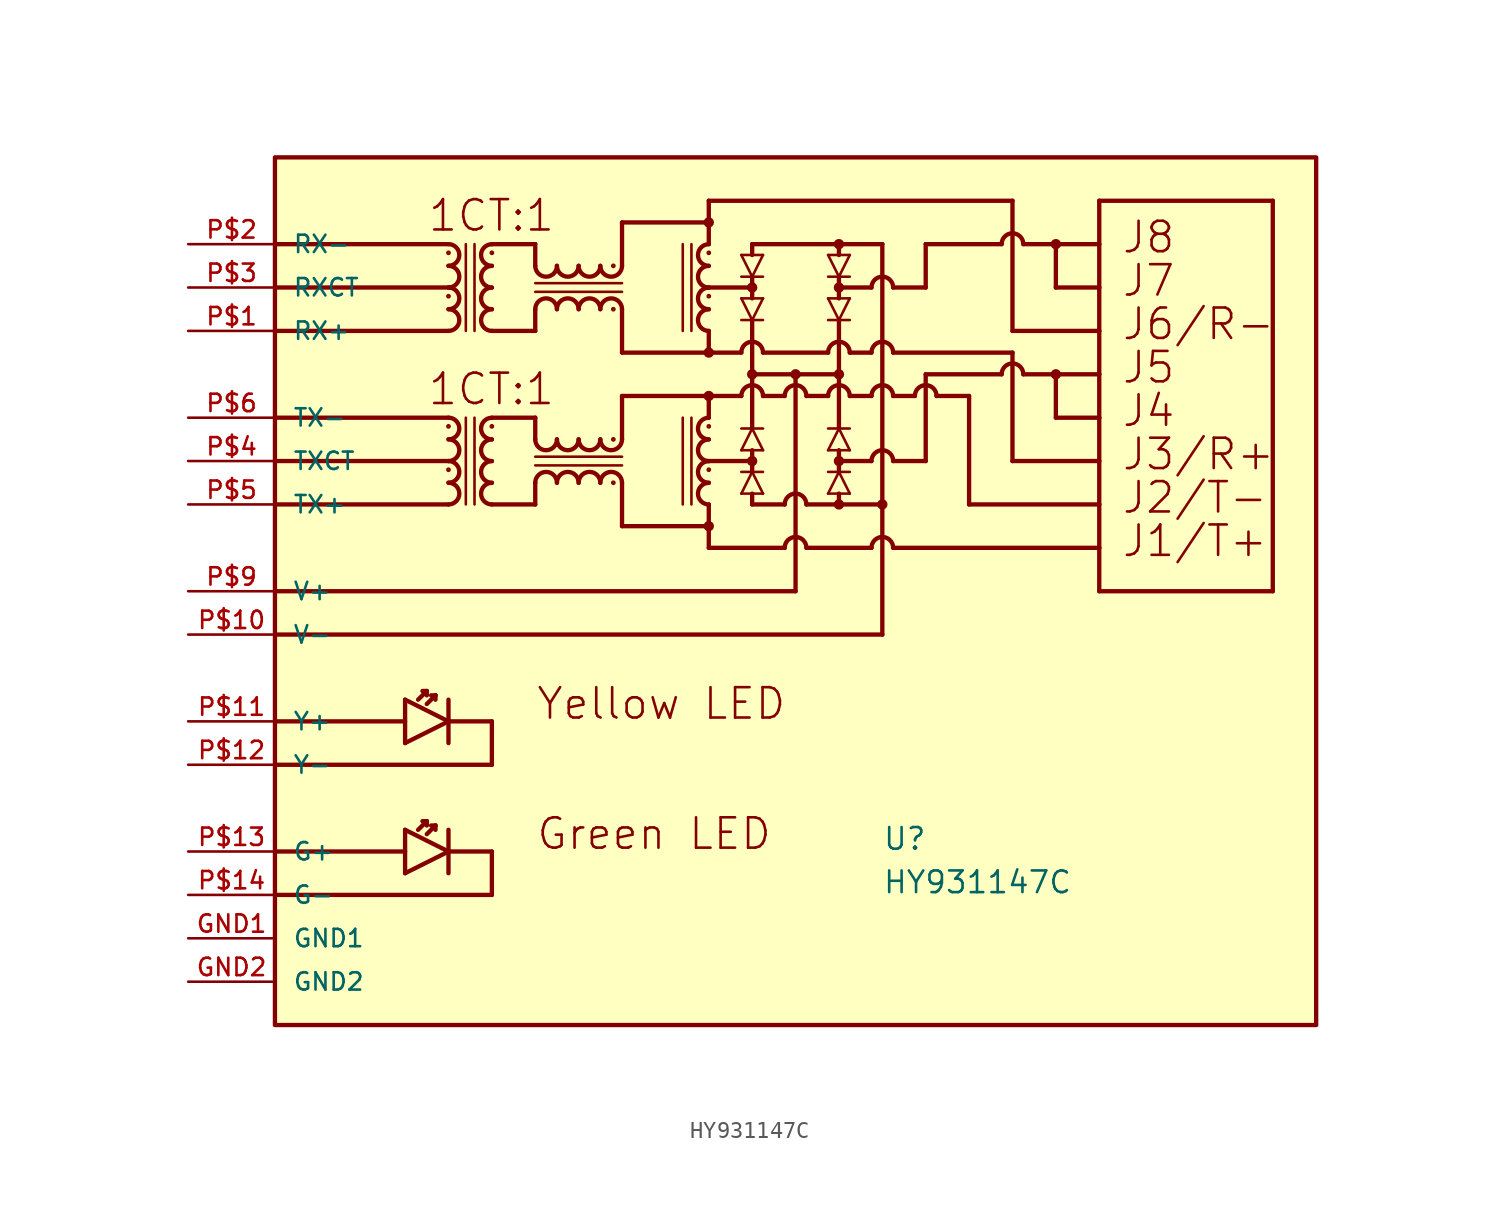
<source format=kicad_sym>
(kicad_symbol_lib
  (version 20211014)
  (generator kicad_symbol_editor)
  (symbol "HY931147C"
    (pin_names
      (offset 1.016))
    (property "Reference" "U"
      (at 7.62 -17.78 0)
      (effects (font (size 1.27 1.27)) (justify bottom left)))
    (property "Value" "HY931147C"
      (at 7.62 -20.32 0)
      (effects (font (size 1.27 1.27)) (justify bottom left)))
    (symbol "HY931147C_0_0"
      (polyline (pts (xy -27.94 -17.78) (xy -20.32 -17.78)) (stroke (width 0.254)))
      (polyline (pts (xy -20.32 -16.51) (xy -20.32 -19.05)) (stroke (width 0.254)))
      (polyline (pts (xy -20.32 -19.05) (xy -17.78 -17.78)) (stroke (width 0.254)))
      (polyline (pts (xy -17.78 -17.78) (xy -20.32 -16.51)) (stroke (width 0.254)))
      (polyline (pts (xy -17.78 -16.51) (xy -17.78 -17.78)) (stroke (width 0.254)))
      (polyline (pts (xy -17.78 -17.78) (xy -17.78 -19.05)) (stroke (width 0.254)))
      (polyline (pts (xy -27.94 -20.32) (xy -15.24 -20.32)) (stroke (width 0.254)))
      (polyline (pts (xy -15.24 -20.32) (xy -15.24 -17.78)) (stroke (width 0.254)))
      (polyline (pts (xy -15.24 -17.78) (xy -17.78 -17.78)) (stroke (width 0.254)))
      (polyline (pts (xy -19.05 -16.764) (xy -18.542 -16.256)) (stroke (width 0.254)))
      (polyline (pts (xy -18.796 -16.256) (xy -18.542 -16.256)) (stroke (width 0.254)))
      (polyline (pts (xy -18.542 -16.256) (xy -18.542 -16.51)) (stroke (width 0.254)))
      (polyline (pts (xy -19.558 -16.51) (xy -19.05 -16.002)) (stroke (width 0.254)))
      (polyline (pts (xy -19.05 -16.256) (xy -19.05 -16.002)) (stroke (width 0.254)))
      (polyline (pts (xy -19.05 -16.002) (xy -19.304 -16.002)) (stroke (width 0.254)))
      (polyline (pts (xy -27.94 -10.16) (xy -20.32 -10.16)) (stroke (width 0.254)))
      (polyline (pts (xy -20.32 -8.89) (xy -20.32 -11.43)) (stroke (width 0.254)))
      (polyline (pts (xy -20.32 -11.43) (xy -17.78 -10.16)) (stroke (width 0.254)))
      (polyline (pts (xy -17.78 -10.16) (xy -20.32 -8.89)) (stroke (width 0.254)))
      (polyline (pts (xy -17.78 -8.89) (xy -17.78 -10.16)) (stroke (width 0.254)))
      (polyline (pts (xy -17.78 -10.16) (xy -17.78 -11.43)) (stroke (width 0.254)))
      (polyline (pts (xy -27.94 -12.7) (xy -15.24 -12.7)) (stroke (width 0.254)))
      (polyline (pts (xy -15.24 -12.7) (xy -15.24 -10.16)) (stroke (width 0.254)))
      (polyline (pts (xy -15.24 -10.16) (xy -17.78 -10.16)) (stroke (width 0.254)))
      (polyline (pts (xy -19.05 -9.144) (xy -18.542 -8.636)) (stroke (width 0.254)))
      (polyline (pts (xy -18.796 -8.636) (xy -18.542 -8.636)) (stroke (width 0.254)))
      (polyline (pts (xy -18.542 -8.636) (xy -18.542 -8.89)) (stroke (width 0.254)))
      (polyline (pts (xy -19.558 -8.89) (xy -19.05 -8.382)) (stroke (width 0.254)))
      (polyline (pts (xy -19.05 -8.636) (xy -19.05 -8.382)) (stroke (width 0.254)))
      (polyline (pts (xy -19.05 -8.382) (xy -19.304 -8.382)) (stroke (width 0.254)))
      (polyline (pts (xy 0.635 14.605) (xy 0.0 14.605)) (stroke (width 0.152)))
      (polyline (pts (xy 0.0 14.605) (xy -0.635 14.605)) (stroke (width 0.152)))
      (polyline (pts (xy -0.635 14.605) (xy 0.0 13.335)) (stroke (width 0.152)))
      (polyline (pts (xy 0.0 13.335) (xy 0.635 14.605)) (stroke (width 0.152)))
      (polyline (pts (xy 0.635 13.335) (xy 0.0 13.335)) (stroke (width 0.152)))
      (polyline (pts (xy 0.0 13.335) (xy -0.635 13.335)) (stroke (width 0.152)))
      (polyline (pts (xy 5.715 14.605) (xy 5.08 14.605)) (stroke (width 0.152)))
      (polyline (pts (xy 5.08 14.605) (xy 4.445 14.605)) (stroke (width 0.152)))
      (polyline (pts (xy 4.445 14.605) (xy 5.08 13.335)) (stroke (width 0.152)))
      (polyline (pts (xy 5.08 13.335) (xy 5.715 14.605)) (stroke (width 0.152)))
      (polyline (pts (xy 5.715 13.335) (xy 5.08 13.335)) (stroke (width 0.152)))
      (polyline (pts (xy 5.08 13.335) (xy 4.445 13.335)) (stroke (width 0.152)))
      (polyline (pts (xy 0.635 17.145) (xy 0.0 17.145)) (stroke (width 0.152)))
      (polyline (pts (xy 0.0 17.145) (xy -0.635 17.145)) (stroke (width 0.152)))
      (polyline (pts (xy -0.635 17.145) (xy 0.0 15.875)) (stroke (width 0.152)))
      (polyline (pts (xy 0.0 15.875) (xy 0.635 17.145)) (stroke (width 0.152)))
      (polyline (pts (xy 0.635 15.875) (xy 0.0 15.875)) (stroke (width 0.152)))
      (polyline (pts (xy 0.0 15.875) (xy -0.635 15.875)) (stroke (width 0.152)))
      (polyline (pts (xy 0.0 15.875) (xy 0.0 15.24)) (stroke (width 0.254)))
      (polyline (pts (xy 0.0 15.24) (xy 0.0 14.605)) (stroke (width 0.254)))
      (polyline (pts (xy 0.0 17.145) (xy 0.0 17.78)) (stroke (width 0.254)))
      (polyline (pts (xy 5.715 17.145) (xy 5.08 17.145)) (stroke (width 0.152)))
      (polyline (pts (xy 5.08 17.145) (xy 4.445 17.145)) (stroke (width 0.152)))
      (polyline (pts (xy 4.445 17.145) (xy 5.08 15.875)) (stroke (width 0.152)))
      (polyline (pts (xy 5.08 15.875) (xy 5.715 17.145)) (stroke (width 0.152)))
      (polyline (pts (xy 5.715 15.875) (xy 5.08 15.875)) (stroke (width 0.152)))
      (polyline (pts (xy 5.08 15.875) (xy 4.445 15.875)) (stroke (width 0.152)))
      (polyline (pts (xy 5.08 15.875) (xy 5.08 15.24)) (stroke (width 0.254)))
      (polyline (pts (xy 5.08 15.24) (xy 5.08 14.605)) (stroke (width 0.254)))
      (polyline (pts (xy 5.08 17.145) (xy 5.08 17.78)) (stroke (width 0.254)))
      (polyline (pts (xy 4.445 5.715) (xy 5.08 5.715)) (stroke (width 0.152)))
      (polyline (pts (xy 5.08 5.715) (xy 5.715 5.715)) (stroke (width 0.152)))
      (polyline (pts (xy 5.715 5.715) (xy 5.08 6.985)) (stroke (width 0.152)))
      (polyline (pts (xy 5.08 6.985) (xy 4.445 5.715)) (stroke (width 0.152)))
      (polyline (pts (xy 4.445 6.985) (xy 5.08 6.985)) (stroke (width 0.152)))
      (polyline (pts (xy 5.08 6.985) (xy 5.715 6.985)) (stroke (width 0.152)))
      (polyline (pts (xy -0.635 5.715) (xy 0.0 5.715)) (stroke (width 0.152)))
      (polyline (pts (xy 0.0 5.715) (xy 0.635 5.715)) (stroke (width 0.152)))
      (polyline (pts (xy 0.635 5.715) (xy 0.0 6.985)) (stroke (width 0.152)))
      (polyline (pts (xy 0.0 6.985) (xy -0.635 5.715)) (stroke (width 0.152)))
      (polyline (pts (xy -0.635 6.985) (xy 0.0 6.985)) (stroke (width 0.152)))
      (polyline (pts (xy 0.0 6.985) (xy 0.635 6.985)) (stroke (width 0.152)))
      (polyline (pts (xy 4.445 3.175) (xy 5.08 3.175)) (stroke (width 0.152)))
      (polyline (pts (xy 5.08 3.175) (xy 5.715 3.175)) (stroke (width 0.152)))
      (polyline (pts (xy 5.715 3.175) (xy 5.08 4.445)) (stroke (width 0.152)))
      (polyline (pts (xy 5.08 4.445) (xy 4.445 3.175)) (stroke (width 0.152)))
      (polyline (pts (xy 4.445 4.445) (xy 5.08 4.445)) (stroke (width 0.152)))
      (polyline (pts (xy 5.08 4.445) (xy 5.715 4.445)) (stroke (width 0.152)))
      (polyline (pts (xy 5.08 4.445) (xy 5.08 5.08)) (stroke (width 0.254)))
      (polyline (pts (xy 5.08 5.08) (xy 5.08 5.715)) (stroke (width 0.254)))
      (polyline (pts (xy 5.08 3.175) (xy 5.08 2.54)) (stroke (width 0.254)))
      (polyline (pts (xy -0.635 3.175) (xy 0.0 3.175)) (stroke (width 0.152)))
      (polyline (pts (xy 0.0 3.175) (xy 0.635 3.175)) (stroke (width 0.152)))
      (polyline (pts (xy 0.635 3.175) (xy 0.0 4.445)) (stroke (width 0.152)))
      (polyline (pts (xy 0.0 4.445) (xy -0.635 3.175)) (stroke (width 0.152)))
      (polyline (pts (xy -0.635 4.445) (xy 0.0 4.445)) (stroke (width 0.152)))
      (polyline (pts (xy 0.0 4.445) (xy 0.635 4.445)) (stroke (width 0.152)))
      (polyline (pts (xy 0.0 4.445) (xy 0.0 5.08)) (stroke (width 0.254)))
      (polyline (pts (xy 0.0 5.08) (xy 0.0 5.715)) (stroke (width 0.254)))
      (polyline (pts (xy 0.0 3.175) (xy 0.0 2.54)) (stroke (width 0.254)))
      (polyline (pts (xy 0.0 13.335) (xy 0.0 10.16)) (stroke (width 0.254)))
      (polyline (pts (xy 0.0 10.16) (xy 0.0 6.985)) (stroke (width 0.254)))
      (polyline (pts (xy 5.08 13.335) (xy 5.08 10.16)) (stroke (width 0.254)))
      (polyline (pts (xy 5.08 10.16) (xy 5.08 6.985)) (stroke (width 0.254)))
      (polyline (pts (xy 0.0 10.16) (xy 2.54 10.16)) (stroke (width 0.254)))
      (polyline (pts (xy 2.54 10.16) (xy 5.08 10.16)) (stroke (width 0.254)))
      (polyline (pts (xy 0.0 17.78) (xy 5.08 17.78)) (stroke (width 0.254)))
      (polyline (pts (xy 0.0 2.54) (xy 1.905 2.54)) (stroke (width 0.254)))
      (polyline (pts (xy 20.32 20.32) (xy 20.32 17.78)) (stroke (width 0.254)))
      (polyline (pts (xy 20.32 17.78) (xy 20.32 15.24)) (stroke (width 0.254)))
      (polyline (pts (xy 20.32 15.24) (xy 20.32 12.7)) (stroke (width 0.254)))
      (polyline (pts (xy 20.32 12.7) (xy 20.32 10.16)) (stroke (width 0.254)))
      (polyline (pts (xy 20.32 10.16) (xy 20.32 7.62)) (stroke (width 0.254)))
      (polyline (pts (xy 20.32 7.62) (xy 20.32 5.08)) (stroke (width 0.254)))
      (polyline (pts (xy 20.32 5.08) (xy 20.32 2.54)) (stroke (width 0.254)))
      (polyline (pts (xy 20.32 2.54) (xy 20.32 0.0)) (stroke (width 0.254)))
      (polyline (pts (xy 20.32 0.0) (xy 20.32 -2.54)) (stroke (width 0.254)))
      (polyline (pts (xy 20.32 -2.54) (xy 30.48 -2.54)) (stroke (width 0.254)))
      (polyline (pts (xy 30.48 -2.54) (xy 30.48 20.32)) (stroke (width 0.254)))
      (polyline (pts (xy 30.48 20.32) (xy 20.32 20.32)) (stroke (width 0.254)))
      (polyline (pts (xy 20.32 7.62) (xy 17.78 7.62)) (stroke (width 0.254)))
      (polyline (pts (xy 17.78 7.62) (xy 17.78 10.16)) (stroke (width 0.254)))
      (polyline (pts (xy 17.78 10.16) (xy 20.32 10.16)) (stroke (width 0.254)))
      (polyline (pts (xy 20.32 17.78) (xy 17.78 17.78)) (stroke (width 0.254)))
      (polyline (pts (xy 17.78 17.78) (xy 17.78 15.24)) (stroke (width 0.254)))
      (polyline (pts (xy 17.78 15.24) (xy 20.32 15.24)) (stroke (width 0.254)))
      (polyline (pts (xy 0.0 15.24) (xy -2.54 15.24)) (stroke (width 0.254)))
      (polyline (pts (xy 0.0 5.08) (xy -2.54 5.08)) (stroke (width 0.254)))
      (arc (start -2.54 13.97) (mid -3.175 13.335) (end -2.54 12.7) (stroke (width 0.254) (type default) (color 0 0 0 0)) (fill (type none)))
      (arc (start -2.54 15.24) (mid -3.175 14.605) (end -2.54 13.97) (stroke (width 0.254) (type default) (color 0 0 0 0)) (fill (type none)))
      (arc (start -2.54 16.51) (mid -3.175 15.875) (end -2.54 15.24) (stroke (width 0.254) (type default) (color 0 0 0 0)) (fill (type none)))
      (arc (start -2.54 17.78) (mid -3.175 17.145) (end -2.54 16.51) (stroke (width 0.254) (type default) (color 0 0 0 0)) (fill (type none)))
      (polyline (pts (xy -3.556 17.78) (xy -3.556 12.7)) (stroke (width 0.152)))
      (polyline (pts (xy -4.064 17.78) (xy -4.064 12.7)) (stroke (width 0.152)))
      (arc (start -2.54 3.81) (mid -3.175 3.175) (end -2.54 2.54) (stroke (width 0.254) (type default) (color 0 0 0 0)) (fill (type none)))
      (arc (start -2.54 5.08) (mid -3.175 4.445) (end -2.54 3.81) (stroke (width 0.254) (type default) (color 0 0 0 0)) (fill (type none)))
      (arc (start -2.54 6.35) (mid -3.175 5.715) (end -2.54 5.08) (stroke (width 0.254) (type default) (color 0 0 0 0)) (fill (type none)))
      (arc (start -2.54 7.62) (mid -3.175 6.985) (end -2.54 6.35) (stroke (width 0.254) (type default) (color 0 0 0 0)) (fill (type none)))
      (polyline (pts (xy -3.556 7.62) (xy -3.556 2.54)) (stroke (width 0.152)))
      (polyline (pts (xy -4.064 7.62) (xy -4.064 2.54)) (stroke (width 0.152)))
      (polyline (pts (xy -27.94 5.08) (xy -17.78 5.08)) (stroke (width 0.254)))
      (arc (start -17.78 6.35) (mid -17.145 6.985) (end -17.78 7.62) (stroke (width 0.254) (type default) (color 0 0 0 0)) (fill (type none)))
      (arc (start -17.78 5.08) (mid -17.145 5.715) (end -17.78 6.35) (stroke (width 0.254) (type default) (color 0 0 0 0)) (fill (type none)))
      (arc (start -17.78 3.81) (mid -17.145 4.445) (end -17.78 5.08) (stroke (width 0.254) (type default) (color 0 0 0 0)) (fill (type none)))
      (arc (start -17.78 2.54) (mid -17.145 3.175) (end -17.78 3.81) (stroke (width 0.254) (type default) (color 0 0 0 0)) (fill (type none)))
      (polyline (pts (xy -16.764 2.54) (xy -16.764 7.62)) (stroke (width 0.152)))
      (polyline (pts (xy -16.256 2.54) (xy -16.256 7.62)) (stroke (width 0.152)))
      (arc (start -15.24 3.81) (mid -15.875 3.175) (end -15.24 2.54) (stroke (width 0.254) (type default) (color 0 0 0 0)) (fill (type none)))
      (arc (start -15.24 5.08) (mid -15.875 4.445) (end -15.24 3.81) (stroke (width 0.254) (type default) (color 0 0 0 0)) (fill (type none)))
      (arc (start -15.24 6.35) (mid -15.875 5.715) (end -15.24 5.08) (stroke (width 0.254) (type default) (color 0 0 0 0)) (fill (type none)))
      (arc (start -15.24 7.62) (mid -15.875 6.985) (end -15.24 6.35) (stroke (width 0.254) (type default) (color 0 0 0 0)) (fill (type none)))
      (arc (start -8.89 6.35) (mid -8.255 5.715) (end -7.62 6.35) (stroke (width 0.254) (type default) (color 0 0 0 0)) (fill (type none)))
      (arc (start -10.16 6.35) (mid -9.525 5.715) (end -8.89 6.35) (stroke (width 0.254) (type default) (color 0 0 0 0)) (fill (type none)))
      (arc (start -11.43 6.35) (mid -10.795 5.715) (end -10.16 6.35) (stroke (width 0.254) (type default) (color 0 0 0 0)) (fill (type none)))
      (arc (start -12.7 6.35) (mid -12.065 5.715) (end -11.43 6.35) (stroke (width 0.254) (type default) (color 0 0 0 0)) (fill (type none)))
      (polyline (pts (xy -12.7 5.334) (xy -7.62 5.334)) (stroke (width 0.152)))
      (polyline (pts (xy -12.7 4.826) (xy -7.62 4.826)) (stroke (width 0.152)))
      (arc (start -11.43 3.81) (mid -12.065 4.445) (end -12.7 3.81) (stroke (width 0.254) (type default) (color 0 0 0 0)) (fill (type none)))
      (arc (start -10.16 3.81) (mid -10.795 4.445) (end -11.43 3.81) (stroke (width 0.254) (type default) (color 0 0 0 0)) (fill (type none)))
      (arc (start -8.89 3.81) (mid -9.525 4.445) (end -10.16 3.81) (stroke (width 0.254) (type default) (color 0 0 0 0)) (fill (type none)))
      (arc (start -7.62 3.81) (mid -8.255 4.445) (end -8.89 3.81) (stroke (width 0.254) (type default) (color 0 0 0 0)) (fill (type none)))
      (polyline (pts (xy -15.24 7.62) (xy -12.7 7.62)) (stroke (width 0.254)))
      (polyline (pts (xy -12.7 7.62) (xy -12.7 6.35)) (stroke (width 0.254)))
      (polyline (pts (xy -15.24 2.54) (xy -12.7 2.54)) (stroke (width 0.254)))
      (polyline (pts (xy -12.7 2.54) (xy -12.7 3.81)) (stroke (width 0.254)))
      (polyline (pts (xy -7.62 6.35) (xy -7.62 8.89)) (stroke (width 0.254)))
      (polyline (pts (xy -7.62 8.89) (xy -2.54 8.89)) (stroke (width 0.254)))
      (polyline (pts (xy -2.54 8.89) (xy -2.54 7.62)) (stroke (width 0.254)))
      (polyline (pts (xy -7.62 3.81) (xy -7.62 1.27)) (stroke (width 0.254)))
      (polyline (pts (xy -7.62 1.27) (xy -2.54 1.27)) (stroke (width 0.254)))
      (polyline (pts (xy -2.54 1.27) (xy -2.54 2.54)) (stroke (width 0.254)))
      (polyline (pts (xy -27.94 15.24) (xy -17.78 15.24)) (stroke (width 0.254)))
      (arc (start -17.78 16.51) (mid -17.145 17.145) (end -17.78 17.78) (stroke (width 0.254) (type default) (color 0 0 0 0)) (fill (type none)))
      (arc (start -17.78 15.24) (mid -17.145 15.875) (end -17.78 16.51) (stroke (width 0.254) (type default) (color 0 0 0 0)) (fill (type none)))
      (arc (start -17.78 13.97) (mid -17.145 14.605) (end -17.78 15.24) (stroke (width 0.254) (type default) (color 0 0 0 0)) (fill (type none)))
      (arc (start -17.78 12.7) (mid -17.145 13.335) (end -17.78 13.97) (stroke (width 0.254) (type default) (color 0 0 0 0)) (fill (type none)))
      (polyline (pts (xy -16.764 12.7) (xy -16.764 17.78)) (stroke (width 0.152)))
      (polyline (pts (xy -16.256 12.7) (xy -16.256 17.78)) (stroke (width 0.152)))
      (arc (start -15.24 13.97) (mid -15.875 13.335) (end -15.24 12.7) (stroke (width 0.254) (type default) (color 0 0 0 0)) (fill (type none)))
      (arc (start -15.24 15.24) (mid -15.875 14.605) (end -15.24 13.97) (stroke (width 0.254) (type default) (color 0 0 0 0)) (fill (type none)))
      (arc (start -15.24 16.51) (mid -15.875 15.875) (end -15.24 15.24) (stroke (width 0.254) (type default) (color 0 0 0 0)) (fill (type none)))
      (arc (start -15.24 17.78) (mid -15.875 17.145) (end -15.24 16.51) (stroke (width 0.254) (type default) (color 0 0 0 0)) (fill (type none)))
      (arc (start -8.89 16.51) (mid -8.255 15.875) (end -7.62 16.51) (stroke (width 0.254) (type default) (color 0 0 0 0)) (fill (type none)))
      (arc (start -10.16 16.51) (mid -9.525 15.875) (end -8.89 16.51) (stroke (width 0.254) (type default) (color 0 0 0 0)) (fill (type none)))
      (arc (start -11.43 16.51) (mid -10.795 15.875) (end -10.16 16.51) (stroke (width 0.254) (type default) (color 0 0 0 0)) (fill (type none)))
      (arc (start -12.7 16.51) (mid -12.065 15.875) (end -11.43 16.51) (stroke (width 0.254) (type default) (color 0 0 0 0)) (fill (type none)))
      (polyline (pts (xy -12.7 15.494) (xy -7.62 15.494)) (stroke (width 0.152)))
      (polyline (pts (xy -12.7 14.986) (xy -7.62 14.986)) (stroke (width 0.152)))
      (arc (start -11.43 13.97) (mid -12.065 14.605) (end -12.7 13.97) (stroke (width 0.254) (type default) (color 0 0 0 0)) (fill (type none)))
      (arc (start -10.16 13.97) (mid -10.795 14.605) (end -11.43 13.97) (stroke (width 0.254) (type default) (color 0 0 0 0)) (fill (type none)))
      (arc (start -8.89 13.97) (mid -9.525 14.605) (end -10.16 13.97) (stroke (width 0.254) (type default) (color 0 0 0 0)) (fill (type none)))
      (arc (start -7.62 13.97) (mid -8.255 14.605) (end -8.89 13.97) (stroke (width 0.254) (type default) (color 0 0 0 0)) (fill (type none)))
      (polyline (pts (xy -15.24 17.78) (xy -12.7 17.78)) (stroke (width 0.254)))
      (polyline (pts (xy -12.7 17.78) (xy -12.7 16.51)) (stroke (width 0.254)))
      (polyline (pts (xy -15.24 12.7) (xy -12.7 12.7)) (stroke (width 0.254)))
      (polyline (pts (xy -12.7 12.7) (xy -12.7 13.97)) (stroke (width 0.254)))
      (polyline (pts (xy -7.62 16.51) (xy -7.62 19.05)) (stroke (width 0.254)))
      (polyline (pts (xy -7.62 19.05) (xy -2.54 19.05)) (stroke (width 0.254)))
      (polyline (pts (xy -7.62 13.97) (xy -7.62 11.43)) (stroke (width 0.254)))
      (polyline (pts (xy -7.62 11.43) (xy -2.54 11.43)) (stroke (width 0.254)))
      (polyline (pts (xy -2.54 19.05) (xy -2.54 17.78)) (stroke (width 0.254)))
      (polyline (pts (xy -2.54 12.7) (xy -2.54 11.43)) (stroke (width 0.254)))
      (arc (start 0.635 8.89) (mid -0.0 9.525) (end -0.635 8.89) (stroke (width 0.254) (type default) (color 0 0 0 0)) (fill (type none)))
      (arc (start 3.175 8.89) (mid 2.54 9.525) (end 1.905 8.89) (stroke (width 0.254) (type default) (color 0 0 0 0)) (fill (type none)))
      (arc (start 5.715 8.89) (mid 5.08 9.525) (end 4.445 8.89) (stroke (width 0.254) (type default) (color 0 0 0 0)) (fill (type none)))
      (polyline (pts (xy -2.54 8.89) (xy -0.635 8.89)) (stroke (width 0.254)))
      (polyline (pts (xy 0.635 8.89) (xy 1.905 8.89)) (stroke (width 0.254)))
      (polyline (pts (xy 3.175 8.89) (xy 4.445 8.89)) (stroke (width 0.254)))
      (arc (start 0.635 11.43) (mid -0.0 12.065) (end -0.635 11.43) (stroke (width 0.254) (type default) (color 0 0 0 0)) (fill (type none)))
      (arc (start 5.715 11.43) (mid 5.08 12.065) (end 4.445 11.43) (stroke (width 0.254) (type default) (color 0 0 0 0)) (fill (type none)))
      (arc (start 3.175 2.54) (mid 2.54 3.175) (end 1.905 2.54) (stroke (width 0.254) (type default) (color 0 0 0 0)) (fill (type none)))
      (polyline (pts (xy 3.175 2.54) (xy 5.08 2.54)) (stroke (width 0.254)))
      (polyline (pts (xy 0.635 11.43) (xy 4.445 11.43)) (stroke (width 0.254)))
      (polyline (pts (xy -0.635 11.43) (xy -2.54 11.43)) (stroke (width 0.254)))
      (polyline (pts (xy -17.78 7.62) (xy -27.94 7.62)) (stroke (width 0.254)))
      (polyline (pts (xy -27.94 2.54) (xy -17.78 2.54)) (stroke (width 0.254)))
      (polyline (pts (xy -17.78 12.7) (xy -27.94 12.7)) (stroke (width 0.254)))
      (polyline (pts (xy -27.94 17.78) (xy -17.78 17.78)) (stroke (width 0.254)))
      (polyline (pts (xy -27.94 -2.54) (xy 2.54 -2.54)) (stroke (width 0.254)))
      (polyline (pts (xy 2.54 -2.54) (xy 2.54 10.16)) (stroke (width 0.254)))
      (polyline (pts (xy -27.94 -5.08) (xy 7.62 -5.08)) (stroke (width 0.254)))
      (polyline (pts (xy 7.62 -5.08) (xy 7.62 2.54)) (stroke (width 0.254)))
      (polyline (pts (xy 7.62 2.54) (xy 7.62 17.78)) (stroke (width 0.254)))
      (polyline (pts (xy 5.08 2.54) (xy 7.62 2.54)) (stroke (width 0.254)))
      (polyline (pts (xy -2.54 1.27) (xy -2.54 0.0)) (stroke (width 0.254)))
      (polyline (pts (xy -2.54 0.0) (xy 1.905 0.0)) (stroke (width 0.254)))
      (polyline (pts (xy -2.54 19.05) (xy -2.54 20.32)) (stroke (width 0.254)))
      (polyline (pts (xy -2.54 20.32) (xy 15.24 20.32)) (stroke (width 0.254)))
      (polyline (pts (xy 15.24 20.32) (xy 15.24 12.7)) (stroke (width 0.254)))
      (polyline (pts (xy 15.24 12.7) (xy 20.32 12.7)) (stroke (width 0.254)))
      (polyline (pts (xy 7.62 17.78) (xy 5.08 17.78)) (stroke (width 0.254)))
      (polyline (pts (xy 5.08 15.24) (xy 6.985 15.24)) (stroke (width 0.254)))
      (arc (start 8.255 15.24) (mid 7.62 15.875) (end 6.985 15.24) (stroke (width 0.254) (type default) (color 0 0 0 0)) (fill (type none)))
      (arc (start 8.255 11.43) (mid 7.62 12.065) (end 6.985 11.43) (stroke (width 0.254) (type default) (color 0 0 0 0)) (fill (type none)))
      (arc (start 8.255 8.89) (mid 7.62 9.525) (end 6.985 8.89) (stroke (width 0.254) (type default) (color 0 0 0 0)) (fill (type none)))
      (arc (start 3.175 0.0) (mid 2.54 0.635) (end 1.905 0.0) (stroke (width 0.254) (type default) (color 0 0 0 0)) (fill (type none)))
      (arc (start 8.255 0.0) (mid 7.62 0.635) (end 6.985 0.0) (stroke (width 0.254) (type default) (color 0 0 0 0)) (fill (type none)))
      (arc (start 15.875 17.78) (mid 15.24 18.415) (end 14.605 17.78) (stroke (width 0.254) (type default) (color 0 0 0 0)) (fill (type none)))
      (polyline (pts (xy 3.175 0.0) (xy 6.985 0.0)) (stroke (width 0.254)))
      (polyline (pts (xy 8.255 0.0) (xy 20.32 0.0)) (stroke (width 0.254)))
      (polyline (pts (xy 5.715 11.43) (xy 6.985 11.43)) (stroke (width 0.254)))
      (polyline (pts (xy 5.715 8.89) (xy 6.985 8.89)) (stroke (width 0.254)))
      (polyline (pts (xy 8.255 15.24) (xy 10.16 15.24)) (stroke (width 0.254)))
      (polyline (pts (xy 10.16 15.24) (xy 10.16 17.78)) (stroke (width 0.254)))
      (polyline (pts (xy 10.16 17.78) (xy 14.605 17.78)) (stroke (width 0.254)))
      (polyline (pts (xy 8.255 11.43) (xy 15.24 11.43)) (stroke (width 0.254)))
      (polyline (pts (xy 15.24 11.43) (xy 15.24 5.08)) (stroke (width 0.254)))
      (polyline (pts (xy 15.24 5.08) (xy 20.32 5.08)) (stroke (width 0.254)))
      (polyline (pts (xy 8.255 8.89) (xy 9.525 8.89)) (stroke (width 0.254)))
      (polyline (pts (xy 12.7 8.89) (xy 12.7 2.54)) (stroke (width 0.254)))
      (polyline (pts (xy 12.7 2.54) (xy 20.32 2.54)) (stroke (width 0.254)))
      (polyline (pts (xy 5.08 5.08) (xy 6.985 5.08)) (stroke (width 0.254)))
      (polyline (pts (xy 10.16 5.08) (xy 10.16 10.16)) (stroke (width 0.254)))
      (polyline (pts (xy 10.16 10.16) (xy 14.605 10.16)) (stroke (width 0.254)))
      (arc (start 15.875 10.16) (mid 15.24 10.795) (end 14.605 10.16) (stroke (width 0.254) (type default) (color 0 0 0 0)) (fill (type none)))
      (arc (start 10.795 8.89) (mid 10.16 9.525) (end 9.525 8.89) (stroke (width 0.254) (type default) (color 0 0 0 0)) (fill (type none)))
      (polyline (pts (xy 10.795 8.89) (xy 12.7 8.89)) (stroke (width 0.254)))
      (arc (start 8.255 5.08) (mid 7.62 5.715) (end 6.985 5.08) (stroke (width 0.254) (type default) (color 0 0 0 0)) (fill (type none)))
      (polyline (pts (xy 8.255 5.08) (xy 10.16 5.08)) (stroke (width 0.254)))
      (polyline (pts (xy 15.875 17.78) (xy 17.78 17.78)) (stroke (width 0.254)))
      (polyline (pts (xy 15.875 10.16) (xy 17.78 10.16)) (stroke (width 0.254)))
      (circle (center -2.54 17.272) (radius 0.076) (stroke (width 0.127)) (fill (type none)))
      (circle (center -2.54 14.732) (radius 0.076) (stroke (width 0.127)) (fill (type none)))
      (circle (center -2.54 7.112) (radius 0.076) (stroke (width 0.127)) (fill (type none)))
      (circle (center -2.54 4.572) (radius 0.076) (stroke (width 0.127)) (fill (type none)))
      (circle (center -17.78 4.572) (radius 0.076) (stroke (width 0.127)) (fill (type none)))
      (circle (center -17.78 7.112) (radius 0.076) (stroke (width 0.127)) (fill (type none)))
      (circle (center -15.24 7.112) (radius 0.076) (stroke (width 0.127)) (fill (type none)))
      (circle (center -8.128 6.35) (radius 0.076) (stroke (width 0.127)) (fill (type none)))
      (circle (center -8.128 3.81) (radius 0.076) (stroke (width 0.127)) (fill (type none)))
      (circle (center -17.78 14.732) (radius 0.076) (stroke (width 0.127)) (fill (type none)))
      (circle (center -17.78 17.272) (radius 0.076) (stroke (width 0.127)) (fill (type none)))
      (circle (center -15.24 17.272) (radius 0.076) (stroke (width 0.127)) (fill (type none)))
      (circle (center -8.128 16.51) (radius 0.076) (stroke (width 0.127)) (fill (type none)))
      (circle (center -8.128 13.97) (radius 0.076) (stroke (width 0.127)) (fill (type none)))
      (circle (center 0.0 10.16) (radius 0.203) (stroke (width 0.203)) (fill (type none)))
      (circle (center 2.54 10.16) (radius 0.203) (stroke (width 0.203)) (fill (type none)))
      (circle (center 5.08 10.16) (radius 0.203) (stroke (width 0.203)) (fill (type none)))
      (circle (center -2.54 11.43) (radius 0.203) (stroke (width 0.203)) (fill (type none)))
      (circle (center -2.54 8.89) (radius 0.203) (stroke (width 0.203)) (fill (type none)))
      (circle (center -2.54 1.27) (radius 0.203) (stroke (width 0.203)) (fill (type none)))
      (circle (center -2.54 19.05) (radius 0.203) (stroke (width 0.203)) (fill (type none)))
      (circle (center 5.08 17.78) (radius 0.203) (stroke (width 0.203)) (fill (type none)))
      (circle (center 0.0 15.24) (radius 0.203) (stroke (width 0.203)) (fill (type none)))
      (circle (center 5.08 15.24) (radius 0.203) (stroke (width 0.203)) (fill (type none)))
      (circle (center 0.0 5.08) (radius 0.203) (stroke (width 0.203)) (fill (type none)))
      (circle (center 5.08 5.08) (radius 0.203) (stroke (width 0.203)) (fill (type none)))
      (circle (center 5.08 2.54) (radius 0.203) (stroke (width 0.203)) (fill (type none)))
      (circle (center 7.62 2.54) (radius 0.203) (stroke (width 0.203)) (fill (type none)))
      (circle (center 17.78 17.78) (radius 0.203) (stroke (width 0.203)) (fill (type none)))
      (circle (center 17.78 10.16) (radius 0.203) (stroke (width 0.203)) (fill (type none)))
      (text "Green LED" (at -12.7 -17.78 0) (effects (font (size 1.778 1.778)) (justify bottom left)))
      (text "Yellow LED" (at -12.7 -10.16 0) (effects (font (size 1.778 1.778)) (justify bottom left)))
      (text "J1/T+" (at 21.59 -0.635 0) (effects (font (size 1.778 1.778)) (justify bottom left)))
      (text "J2/T-" (at 21.59 1.905 0) (effects (font (size 1.778 1.778)) (justify bottom left)))
      (text "J3/R+" (at 21.59 4.445 0) (effects (font (size 1.778 1.778)) (justify bottom left)))
      (text "J4" (at 21.59 6.985 0) (effects (font (size 1.778 1.778)) (justify bottom left)))
      (text "J5" (at 21.59 9.525 0) (effects (font (size 1.778 1.778)) (justify bottom left)))
      (text "J6/R-" (at 21.59 12.065 0) (effects (font (size 1.778 1.778)) (justify bottom left)))
      (text "J7" (at 21.59 14.605 0) (effects (font (size 1.778 1.778)) (justify bottom left)))
      (text "J8" (at 21.59 17.145 0) (effects (font (size 1.778 1.778)) (justify bottom left)))
      (text "1CT:1" (at -19.05 8.255 0) (effects (font (size 1.778 1.778)) (justify bottom left)))
      (text "1CT:1" (at -19.05 18.415 0) (effects (font (size 1.778 1.778)) (justify bottom left)))
      (rectangle (start -27.94 -27.94) (end 33.02 22.86) (stroke (width 0.254)) (fill (type background)))
      (pin bidirectional line (at -33.02 17.78 0) (length 5.08) (name "RX-" (effects (font (size 1.016 1.016)))) (number "P$2" (effects (font (size 1.016 1.016)))))
      (pin bidirectional line (at -33.02 15.24 0) (length 5.08) (name "RXCT" (effects (font (size 1.016 1.016)))) (number "P$3" (effects (font (size 1.016 1.016)))))
      (pin bidirectional line (at -33.02 12.7 0) (length 5.08) (name "RX+" (effects (font (size 1.016 1.016)))) (number "P$1" (effects (font (size 1.016 1.016)))))
      (pin bidirectional line (at -33.02 7.62 0) (length 5.08) (name "TX-" (effects (font (size 1.016 1.016)))) (number "P$6" (effects (font (size 1.016 1.016)))))
      (pin bidirectional line (at -33.02 5.08 0) (length 5.08) (name "TXCT" (effects (font (size 1.016 1.016)))) (number "P$4" (effects (font (size 1.016 1.016)))))
      (pin bidirectional line (at -33.02 2.54 0) (length 5.08) (name "TX+" (effects (font (size 1.016 1.016)))) (number "P$5" (effects (font (size 1.016 1.016)))))
      (pin bidirectional line (at -33.02 -2.54 0) (length 5.08) (name "V+" (effects (font (size 1.016 1.016)))) (number "P$9" (effects (font (size 1.016 1.016)))))
      (pin bidirectional line (at -33.02 -5.08 0) (length 5.08) (name "V-" (effects (font (size 1.016 1.016)))) (number "P$10" (effects (font (size 1.016 1.016)))))
      (pin bidirectional line (at -33.02 -10.16 0) (length 5.08) (name "Y+" (effects (font (size 1.016 1.016)))) (number "P$11" (effects (font (size 1.016 1.016)))))
      (pin bidirectional line (at -33.02 -12.7 0) (length 5.08) (name "Y-" (effects (font (size 1.016 1.016)))) (number "P$12" (effects (font (size 1.016 1.016)))))
      (pin bidirectional line (at -33.02 -17.78 0) (length 5.08) (name "G+" (effects (font (size 1.016 1.016)))) (number "P$13" (effects (font (size 1.016 1.016)))))
      (pin bidirectional line (at -33.02 -20.32 0) (length 5.08) (name "G-" (effects (font (size 1.016 1.016)))) (number "P$14" (effects (font (size 1.016 1.016)))))
      (pin bidirectional line (at -33.02 -22.86 0) (length 5.08) (name "GND1" (effects (font (size 1.016 1.016)))) (number "GND1" (effects (font (size 1.016 1.016)))))
      (pin bidirectional line (at -33.02 -25.4 0) (length 5.08) (name "GND2" (effects (font (size 1.016 1.016)))) (number "GND2" (effects (font (size 1.016 1.016))))))))
</source>
